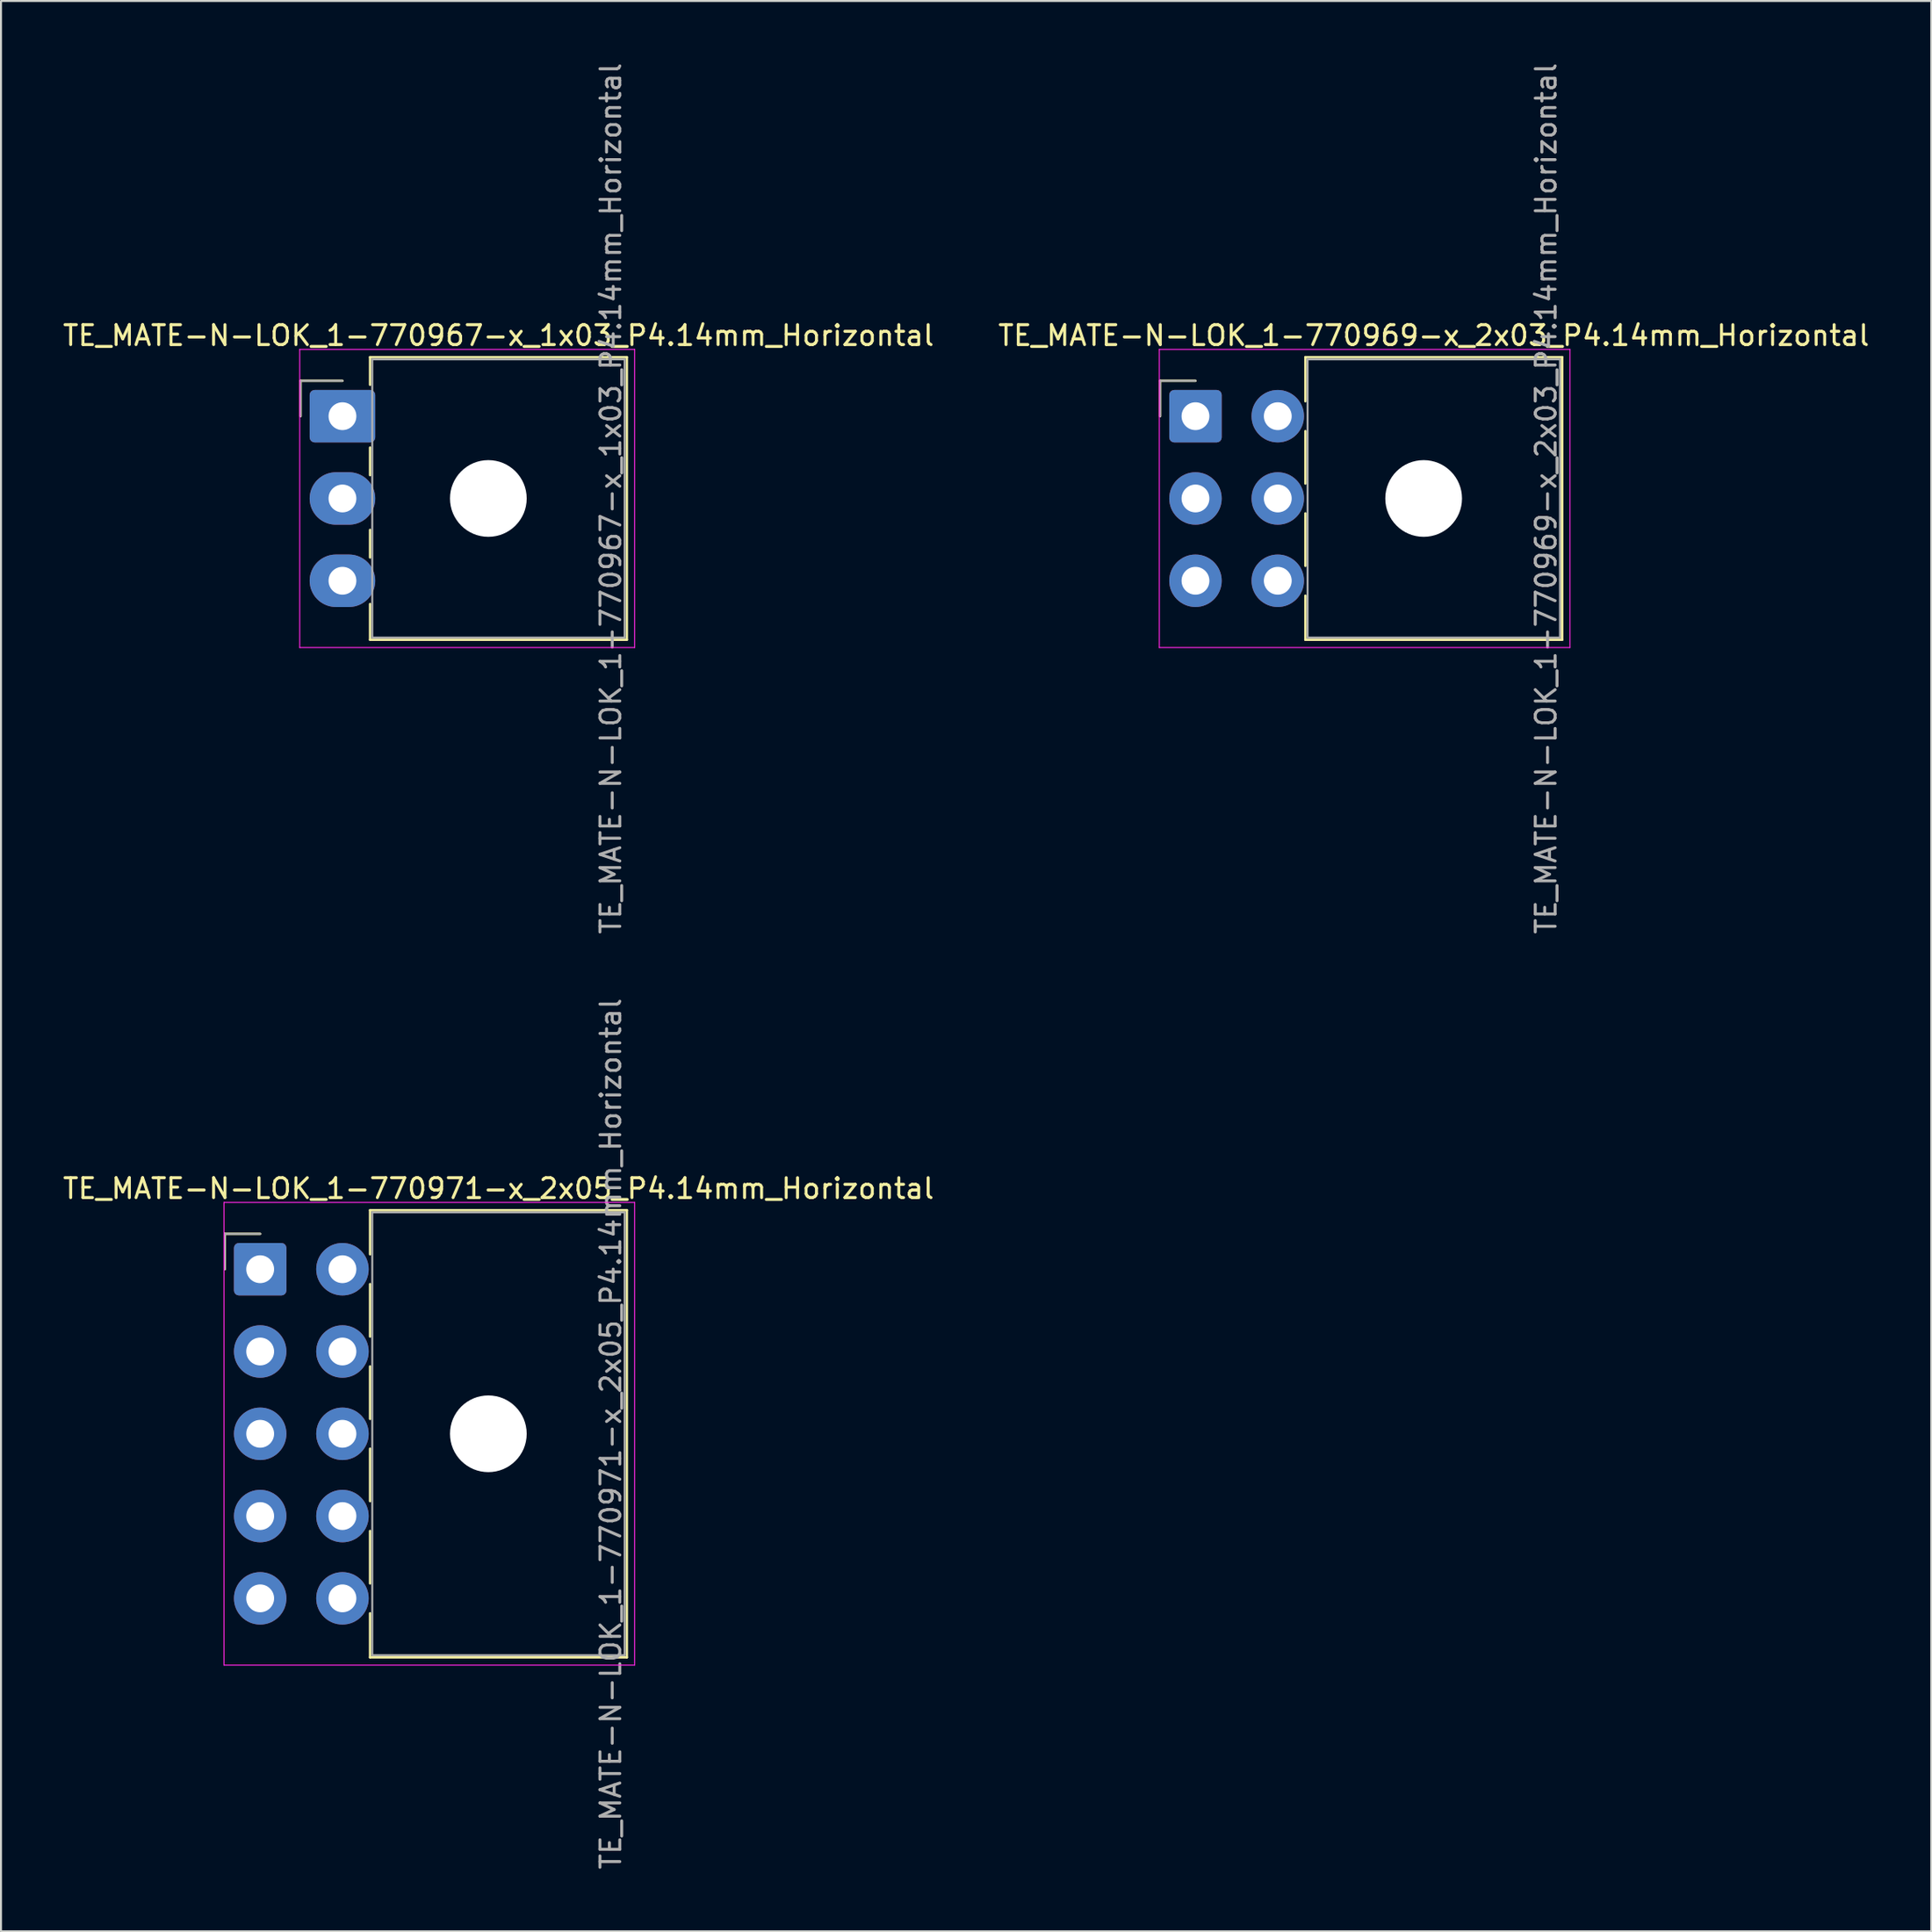
<source format=kicad_pcb>
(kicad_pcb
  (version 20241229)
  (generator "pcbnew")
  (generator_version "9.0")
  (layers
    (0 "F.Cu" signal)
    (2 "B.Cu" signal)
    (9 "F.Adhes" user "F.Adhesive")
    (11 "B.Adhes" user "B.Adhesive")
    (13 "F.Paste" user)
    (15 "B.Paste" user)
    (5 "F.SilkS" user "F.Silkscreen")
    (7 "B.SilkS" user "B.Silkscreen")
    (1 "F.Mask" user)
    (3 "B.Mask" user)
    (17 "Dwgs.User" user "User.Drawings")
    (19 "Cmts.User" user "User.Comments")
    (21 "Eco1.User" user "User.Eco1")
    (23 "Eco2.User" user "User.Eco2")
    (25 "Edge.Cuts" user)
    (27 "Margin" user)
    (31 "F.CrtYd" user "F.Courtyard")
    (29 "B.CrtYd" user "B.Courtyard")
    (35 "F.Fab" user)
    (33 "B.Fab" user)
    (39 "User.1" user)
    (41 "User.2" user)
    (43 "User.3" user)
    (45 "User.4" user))
  (footprint "TE_MATE-N-LOK_1-770969-x_2x03_P4.14mm_Horizontal"
    (layer "F.Cu")
    (at 57.099 17.89)
    (property "Reference" "TE_MATE-N-LOK_1-770969-x_2x03_P4.14mm_Horizontal" (at 11.99 -4.06 0) (layer "F.SilkS") (effects (font (size 1 1) (thickness 0.15))))
    (attr through_hole)
    (fp_line (start -1.78 -1.78) (end -1.78 0) (stroke (width 0.12) (type solid)) (layer "F.SilkS"))
    (fp_line (start 0 -1.78) (end -1.78 -1.78) (stroke (width 0.12) (type solid)) (layer "F.SilkS"))
    (fp_line (start 5.53 -2.97) (end 18.45 -2.97) (stroke (width 0.12) (type solid)) (layer "F.SilkS"))
    (fp_line (start 5.53 -0.751) (end 5.53 -2.97) (stroke (width 0.12) (type solid)) (layer "F.SilkS"))
    (fp_line (start 5.53 0.751) (end 5.53 3.389) (stroke (width 0.12) (type solid)) (layer "F.SilkS"))
    (fp_line (start 5.53 4.891) (end 5.53 7.529) (stroke (width 0.12) (type solid)) (layer "F.SilkS"))
    (fp_line (start 5.53 11.25) (end 5.53 9.031) (stroke (width 0.12) (type solid)) (layer "F.SilkS"))
    (fp_line (start 18.45 -2.97) (end 18.45 11.25) (stroke (width 0.12) (type solid)) (layer "F.SilkS"))
    (fp_line (start 18.45 11.25) (end 5.53 11.25) (stroke (width 0.12) (type solid)) (layer "F.SilkS"))
    (fp_line (start -1.82 -3.36) (end -1.82 11.64) (stroke (width 0.05) (type solid)) (layer "F.CrtYd"))
    (fp_line (start -1.82 11.64) (end 18.84 11.64) (stroke (width 0.05) (type solid)) (layer "F.CrtYd"))
    (fp_line (start 18.84 -3.36) (end -1.82 -3.36) (stroke (width 0.05) (type solid)) (layer "F.CrtYd"))
    (fp_line (start 18.84 11.64) (end 18.84 -3.36) (stroke (width 0.05) (type solid)) (layer "F.CrtYd"))
    (fp_line (start -1.78 -1.78) (end -1.78 0) (stroke (width 0.1) (type solid)) (layer "F.Fab"))
    (fp_line (start 0 -1.78) (end -1.78 -1.78) (stroke (width 0.1) (type solid)) (layer "F.Fab"))
    (fp_line (start 5.64 -2.86) (end 5.64 11.14) (stroke (width 0.1) (type solid)) (layer "F.Fab"))
    (fp_line (start 5.64 11.14) (end 18.34 11.14) (stroke (width 0.1) (type solid)) (layer "F.Fab"))
    (fp_line (start 18.34 -2.86) (end 5.64 -2.86) (stroke (width 0.1) (type solid)) (layer "F.Fab"))
    (fp_line (start 18.34 11.14) (end 18.34 -2.86) (stroke (width 0.1) (type solid)) (layer "F.Fab"))
    (fp_text user "${REFERENCE}" (at 17.64 4.14 90) (layer "F.Fab") (effects (font (size 1 1) (thickness 0.15))))
    (pad "" np_thru_hole circle (at 11.48 4.14) (size 3.86 3.86) (drill 3.86) (layers "*.Cu" "*.Mask"))
    (pad "1" thru_hole roundrect (at 0 0) (size 2.64 2.64) (drill 1.4) (layers "*.Cu" "*.Mask") (roundrect_rratio 0.095))
    (pad "2" thru_hole circle (at 0 4.14) (size 2.64 2.64) (drill 1.4) (layers "*.Cu" "*.Mask"))
    (pad "3" thru_hole circle (at 0 8.28) (size 2.64 2.64) (drill 1.4) (layers "*.Cu" "*.Mask"))
    (pad "4" thru_hole circle (at 4.14 0) (size 2.64 2.64) (drill 1.4) (layers "*.Cu" "*.Mask"))
    (pad "5" thru_hole circle (at 4.14 4.14) (size 2.64 2.64) (drill 1.4) (layers "*.Cu" "*.Mask"))
    (pad "6" thru_hole circle (at 4.14 8.28) (size 2.64 2.64) (drill 1.4) (layers "*.Cu" "*.Mask")))
  (footprint "TE_MATE-N-LOK_1-770971-x_2x05_P4.14mm_Horizontal"
    (layer "F.Cu")
    (at 10.04 60.809)
    (property "Reference" "TE_MATE-N-LOK_1-770971-x_2x05_P4.14mm_Horizontal" (at 11.99 -4.06 0) (layer "F.SilkS") (effects (font (size 1 1) (thickness 0.15))))
    (attr through_hole)
    (fp_line (start -1.78 -1.78) (end -1.78 0) (stroke (width 0.12) (type solid)) (layer "F.SilkS"))
    (fp_line (start 0 -1.78) (end -1.78 -1.78) (stroke (width 0.12) (type solid)) (layer "F.SilkS"))
    (fp_line (start 5.53 -2.97) (end 18.45 -2.97) (stroke (width 0.12) (type solid)) (layer "F.SilkS"))
    (fp_line (start 5.53 -0.751) (end 5.53 -2.97) (stroke (width 0.12) (type solid)) (layer "F.SilkS"))
    (fp_line (start 5.53 0.751) (end 5.53 3.389) (stroke (width 0.12) (type solid)) (layer "F.SilkS"))
    (fp_line (start 5.53 4.891) (end 5.53 7.529) (stroke (width 0.12) (type solid)) (layer "F.SilkS"))
    (fp_line (start 5.53 9.031) (end 5.53 11.669) (stroke (width 0.12) (type solid)) (layer "F.SilkS"))
    (fp_line (start 5.53 13.171) (end 5.53 15.809) (stroke (width 0.12) (type solid)) (layer "F.SilkS"))
    (fp_line (start 5.53 19.53) (end 5.53 17.311) (stroke (width 0.12) (type solid)) (layer "F.SilkS"))
    (fp_line (start 18.45 -2.97) (end 18.45 19.53) (stroke (width 0.12) (type solid)) (layer "F.SilkS"))
    (fp_line (start 18.45 19.53) (end 5.53 19.53) (stroke (width 0.12) (type solid)) (layer "F.SilkS"))
    (fp_line (start -1.82 -3.36) (end -1.82 19.92) (stroke (width 0.05) (type solid)) (layer "F.CrtYd"))
    (fp_line (start -1.82 19.92) (end 18.84 19.92) (stroke (width 0.05) (type solid)) (layer "F.CrtYd"))
    (fp_line (start 18.84 -3.36) (end -1.82 -3.36) (stroke (width 0.05) (type solid)) (layer "F.CrtYd"))
    (fp_line (start 18.84 19.92) (end 18.84 -3.36) (stroke (width 0.05) (type solid)) (layer "F.CrtYd"))
    (fp_line (start -1.78 -1.78) (end -1.78 0) (stroke (width 0.1) (type solid)) (layer "F.Fab"))
    (fp_line (start 0 -1.78) (end -1.78 -1.78) (stroke (width 0.1) (type solid)) (layer "F.Fab"))
    (fp_line (start 5.64 -2.86) (end 5.64 19.42) (stroke (width 0.1) (type solid)) (layer "F.Fab"))
    (fp_line (start 5.64 19.42) (end 18.34 19.42) (stroke (width 0.1) (type solid)) (layer "F.Fab"))
    (fp_line (start 18.34 -2.86) (end 5.64 -2.86) (stroke (width 0.1) (type solid)) (layer "F.Fab"))
    (fp_line (start 18.34 19.42) (end 18.34 -2.86) (stroke (width 0.1) (type solid)) (layer "F.Fab"))
    (fp_text user "${REFERENCE}" (at 17.64 8.28 90) (layer "F.Fab") (effects (font (size 1 1) (thickness 0.15))))
    (pad "" np_thru_hole circle (at 11.48 8.28) (size 3.86 3.86) (drill 3.86) (layers "*.Cu" "*.Mask"))
    (pad "1" thru_hole roundrect (at 0 0) (size 2.64 2.64) (drill 1.4) (layers "*.Cu" "*.Mask") (roundrect_rratio 0.095))
    (pad "2" thru_hole circle (at 0 4.14) (size 2.64 2.64) (drill 1.4) (layers "*.Cu" "*.Mask"))
    (pad "3" thru_hole circle (at 0 8.28) (size 2.64 2.64) (drill 1.4) (layers "*.Cu" "*.Mask"))
    (pad "4" thru_hole circle (at 0 12.42) (size 2.64 2.64) (drill 1.4) (layers "*.Cu" "*.Mask"))
    (pad "5" thru_hole circle (at 0 16.56) (size 2.64 2.64) (drill 1.4) (layers "*.Cu" "*.Mask"))
    (pad "6" thru_hole circle (at 4.14 0) (size 2.64 2.64) (drill 1.4) (layers "*.Cu" "*.Mask"))
    (pad "7" thru_hole circle (at 4.14 4.14) (size 2.64 2.64) (drill 1.4) (layers "*.Cu" "*.Mask"))
    (pad "8" thru_hole circle (at 4.14 8.28) (size 2.64 2.64) (drill 1.4) (layers "*.Cu" "*.Mask"))
    (pad "9" thru_hole circle (at 4.14 12.42) (size 2.64 2.64) (drill 1.4) (layers "*.Cu" "*.Mask"))
    (pad "10" thru_hole circle (at 4.14 16.56) (size 2.64 2.64) (drill 1.4) (layers "*.Cu" "*.Mask")))
  (footprint "TE_MATE-N-LOK_1-770967-x_1x03_P4.14mm_Horizontal"
    (layer "F.Cu")
    (at 14.18 17.89)
    (property "Reference" "TE_MATE-N-LOK_1-770967-x_1x03_P4.14mm_Horizontal" (at 7.85 -4.06 0) (layer "F.SilkS") (effects (font (size 1 1) (thickness 0.15))))
    (attr through_hole)
    (fp_line (start -2.11 -1.78) (end -2.11 0) (stroke (width 0.12) (type solid)) (layer "F.SilkS"))
    (fp_line (start 0 -1.78) (end -2.11 -1.78) (stroke (width 0.12) (type solid)) (layer "F.SilkS"))
    (fp_line (start 1.39 -2.97) (end 14.31 -2.97) (stroke (width 0.12) (type solid)) (layer "F.SilkS"))
    (fp_line (start 1.39 -1.58) (end 1.39 -2.97) (stroke (width 0.12) (type solid)) (layer "F.SilkS"))
    (fp_line (start 1.39 1.58) (end 1.39 2.968) (stroke (width 0.12) (type solid)) (layer "F.SilkS"))
    (fp_line (start 1.39 5.72) (end 1.39 7.108) (stroke (width 0.12) (type solid)) (layer "F.SilkS"))
    (fp_line (start 1.39 11.25) (end 1.39 9.452) (stroke (width 0.12) (type solid)) (layer "F.SilkS"))
    (fp_line (start 14.31 -2.97) (end 14.31 11.25) (stroke (width 0.12) (type solid)) (layer "F.SilkS"))
    (fp_line (start 14.31 11.25) (end 1.39 11.25) (stroke (width 0.12) (type solid)) (layer "F.SilkS"))
    (fp_line (start -2.15 -3.36) (end -2.15 11.64) (stroke (width 0.05) (type solid)) (layer "F.CrtYd"))
    (fp_line (start -2.15 11.64) (end 14.7 11.64) (stroke (width 0.05) (type solid)) (layer "F.CrtYd"))
    (fp_line (start 14.7 -3.36) (end -2.15 -3.36) (stroke (width 0.05) (type solid)) (layer "F.CrtYd"))
    (fp_line (start 14.7 11.64) (end 14.7 -3.36) (stroke (width 0.05) (type solid)) (layer "F.CrtYd"))
    (fp_line (start -2.11 -1.78) (end -2.11 0) (stroke (width 0.1) (type solid)) (layer "F.Fab"))
    (fp_line (start 0 -1.78) (end -2.11 -1.78) (stroke (width 0.1) (type solid)) (layer "F.Fab"))
    (fp_line (start 1.5 -2.86) (end 1.5 11.14) (stroke (width 0.1) (type solid)) (layer "F.Fab"))
    (fp_line (start 1.5 11.14) (end 14.2 11.14) (stroke (width 0.1) (type solid)) (layer "F.Fab"))
    (fp_line (start 14.2 -2.86) (end 1.5 -2.86) (stroke (width 0.1) (type solid)) (layer "F.Fab"))
    (fp_line (start 14.2 11.14) (end 14.2 -2.86) (stroke (width 0.1) (type solid)) (layer "F.Fab"))
    (fp_text user "${REFERENCE}" (at 13.5 4.14 90) (layer "F.Fab") (effects (font (size 1 1) (thickness 0.15))))
    (pad "" np_thru_hole circle (at 7.34 4.14) (size 3.86 3.86) (drill 3.86) (layers "*.Cu" "*.Mask"))
    (pad "1" thru_hole roundrect (at 0 0) (size 3.3 2.64) (drill 1.4) (layers "*.Cu" "*.Mask") (roundrect_rratio 0.095))
    (pad "2" thru_hole oval (at 0 4.14) (size 3.3 2.64) (drill 1.4) (layers "*.Cu" "*.Mask"))
    (pad "3" thru_hole oval (at 0 8.28) (size 3.3 2.64) (drill 1.4) (layers "*.Cu" "*.Mask")))
  (gr_rect
    (start -3 -3)
    (end 94.119 94.119)
    (stroke (width 0.1) (type default))
    (fill no)
    (layer "Edge.Cuts")))
</source>
